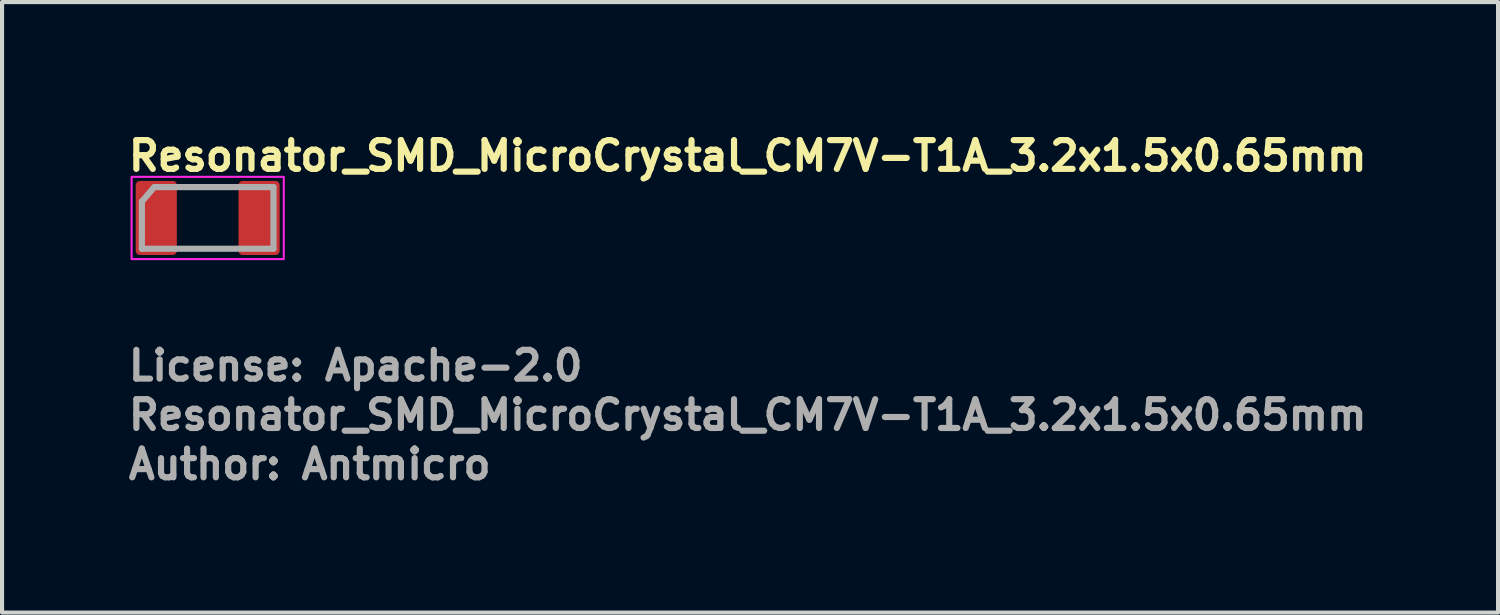
<source format=kicad_pcb>
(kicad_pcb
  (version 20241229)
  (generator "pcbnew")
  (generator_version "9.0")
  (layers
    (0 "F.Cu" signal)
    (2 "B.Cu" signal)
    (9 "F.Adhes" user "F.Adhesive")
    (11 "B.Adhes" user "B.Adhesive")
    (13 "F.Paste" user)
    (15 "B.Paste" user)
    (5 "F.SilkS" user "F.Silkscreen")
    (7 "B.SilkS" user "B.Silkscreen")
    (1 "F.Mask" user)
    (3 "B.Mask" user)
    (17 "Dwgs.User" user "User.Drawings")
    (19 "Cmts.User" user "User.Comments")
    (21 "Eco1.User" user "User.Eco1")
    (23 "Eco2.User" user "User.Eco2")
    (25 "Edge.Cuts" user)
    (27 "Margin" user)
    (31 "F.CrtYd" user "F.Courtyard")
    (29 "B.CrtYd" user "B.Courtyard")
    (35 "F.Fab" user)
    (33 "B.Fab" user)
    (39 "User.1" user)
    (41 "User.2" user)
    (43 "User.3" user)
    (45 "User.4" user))
  (footprint "Resonator_SMD_MicroCrystal_CM7V-T1A_3.2x1.5x0.65mm"
    (layer "F.Cu")
    (at 2 2.25)
    (property "Reference" "Resonator_SMD_MicroCrystal_CM7V-T1A_3.2x1.5x0.65mm" (at -2 -1.1 0) (layer "F.SilkS") (effects (font (size 0.7 0.7) (thickness 0.15)) (justify left bottom)))
    (attr smd)
    (fp_rect (start -1.85 -1) (end 1.85 1) (stroke (width 0.05) (type solid)) (fill no) (layer "F.CrtYd"))
    (fp_line (start -1.601 0.748) (end -1.6 -0.4) (stroke (width 0.15) (type solid)) (layer "F.Fab"))
    (fp_line (start -1.601 0.748) (end 1.6 0.748) (stroke (width 0.15) (type solid)) (layer "F.Fab"))
    (fp_line (start -1.3 -0.75) (end -1.6 -0.4) (stroke (width 0.15) (type solid)) (layer "F.Fab"))
    (fp_line (start 1.6 -0.75) (end -1.3 -0.75) (stroke (width 0.15) (type solid)) (layer "F.Fab"))
    (fp_line (start 1.6 0.748) (end 1.6 -0.75) (stroke (width 0.15) (type solid)) (layer "F.Fab"))
    (fp_rect (start -1.6 -0.75) (end 1.6 0.75) (stroke (width 0.1) (type solid)) (fill no) (layer "User.5"))
    (fp_line (start -1.6 -0.62) (end -1.6 0.62) (stroke (width 0.02) (type solid)) (layer "User.9"))
    (fp_line (start -1.6 -0.62) (end -1.59 -0.62) (stroke (width 0.02) (type solid)) (layer "User.9"))
    (fp_line (start -1.59 -0.62) (end -1.567 -0.622) (stroke (width 0.02) (type solid)) (layer "User.9"))
    (fp_line (start -1.574 0.621) (end -1.6 0.62) (stroke (width 0.02) (type solid)) (layer "User.9"))
    (fp_line (start -1.567 -0.622) (end -1.545 -0.628) (stroke (width 0.02) (type solid)) (layer "User.9"))
    (fp_line (start -1.548 0.627) (end -1.574 0.621) (stroke (width 0.02) (type solid)) (layer "User.9"))
    (fp_line (start -1.545 -0.628) (end -1.525 -0.638) (stroke (width 0.02) (type solid)) (layer "User.9"))
    (fp_line (start -1.525 -0.65) (end -1.525 0.65) (stroke (width 0.02) (type solid)) (layer "User.9"))
    (fp_line (start -1.525 0.638) (end -1.548 0.627) (stroke (width 0.02) (type solid)) (layer "User.9"))
    (fp_line (start -1.525 0.65) (end -1.522 0.676) (stroke (width 0.02) (type solid)) (layer "User.9"))
    (fp_line (start -1.522 -0.676) (end -1.525 -0.65) (stroke (width 0.02) (type solid)) (layer "User.9"))
    (fp_line (start -1.522 0.676) (end -1.512 0.7) (stroke (width 0.02) (type solid)) (layer "User.9"))
    (fp_line (start -1.512 -0.7) (end -1.522 -0.676) (stroke (width 0.02) (type solid)) (layer "User.9"))
    (fp_line (start -1.512 0.7) (end -1.496 0.721) (stroke (width 0.02) (type solid)) (layer "User.9"))
    (fp_line (start -1.496 -0.721) (end -1.512 -0.7) (stroke (width 0.02) (type solid)) (layer "User.9"))
    (fp_line (start -1.496 0.721) (end -1.475 0.737) (stroke (width 0.02) (type solid)) (layer "User.9"))
    (fp_line (start -1.475 -0.737) (end -1.496 -0.721) (stroke (width 0.02) (type solid)) (layer "User.9"))
    (fp_line (start -1.475 0.737) (end -1.451 0.747) (stroke (width 0.02) (type solid)) (layer "User.9"))
    (fp_line (start -1.47 -0.74) (end -1.47 -0.75) (stroke (width 0.02) (type solid)) (layer "User.9"))
    (fp_line (start -1.47 0.75) (end -1.47 0.74) (stroke (width 0.02) (type solid)) (layer "User.9"))
    (fp_line (start -1.47 0.75) (end 1.47 0.75) (stroke (width 0.02) (type solid)) (layer "User.9"))
    (fp_line (start -1.451 -0.747) (end -1.475 -0.737) (stroke (width 0.02) (type solid)) (layer "User.9"))
    (fp_line (start -1.451 0.747) (end -1.425 0.75) (stroke (width 0.02) (type solid)) (layer "User.9"))
    (fp_line (start -1.425 -0.75) (end -1.451 -0.747) (stroke (width 0.02) (type solid)) (layer "User.9"))
    (fp_line (start -1.425 0.75) (end 1.425 0.75) (stroke (width 0.02) (type solid)) (layer "User.9"))
    (fp_line (start -1.372 -0.026) (end -1.368 -0.067) (stroke (width 0.02) (type solid)) (layer "User.9"))
    (fp_line (start -1.369 0.013) (end -1.372 -0.026) (stroke (width 0.02) (type solid)) (layer "User.9"))
    (fp_line (start -1.368 -0.067) (end -1.364 -0.088) (stroke (width 0.02) (type solid)) (layer "User.9"))
    (fp_line (start -1.364 -0.088) (end -1.356 -0.107) (stroke (width 0.02) (type solid)) (layer "User.9"))
    (fp_line (start -1.36 0.05) (end -1.369 0.013) (stroke (width 0.02) (type solid)) (layer "User.9"))
    (fp_line (start -1.356 -0.107) (end -1.347 -0.126) (stroke (width 0.02) (type solid)) (layer "User.9"))
    (fp_line (start -1.347 -0.126) (end -1.336 -0.144) (stroke (width 0.02) (type solid)) (layer "User.9"))
    (fp_line (start -1.344 0.086) (end -1.36 0.05) (stroke (width 0.02) (type solid)) (layer "User.9"))
    (fp_line (start -1.336 -0.144) (end -1.323 -0.16) (stroke (width 0.02) (type solid)) (layer "User.9"))
    (fp_line (start -1.336 -0.023) (end -1.333 0.011) (stroke (width 0.02) (type solid)) (layer "User.9"))
    (fp_line (start -1.333 -0.057) (end -1.336 -0.023) (stroke (width 0.02) (type solid)) (layer "User.9"))
    (fp_line (start -1.333 0.011) (end -1.323 0.044) (stroke (width 0.02) (type solid)) (layer "User.9"))
    (fp_line (start -1.323 -0.16) (end -1.309 -0.175) (stroke (width 0.02) (type solid)) (layer "User.9"))
    (fp_line (start -1.323 -0.09) (end -1.333 -0.057) (stroke (width 0.02) (type solid)) (layer "User.9"))
    (fp_line (start -1.323 0.044) (end -1.306 0.074) (stroke (width 0.02) (type solid)) (layer "User.9"))
    (fp_line (start -1.321 0.117) (end -1.344 0.086) (stroke (width 0.02) (type solid)) (layer "User.9"))
    (fp_line (start -1.309 -0.175) (end -1.293 -0.189) (stroke (width 0.02) (type solid)) (layer "User.9"))
    (fp_line (start -1.307 -0.119) (end -1.323 -0.09) (stroke (width 0.02) (type solid)) (layer "User.9"))
    (fp_line (start -1.306 0.074) (end -1.283 0.1) (stroke (width 0.02) (type solid)) (layer "User.9"))
    (fp_line (start -1.305 0.134) (end -1.321 0.117) (stroke (width 0.02) (type solid)) (layer "User.9"))
    (fp_line (start -1.293 -0.189) (end -1.276 -0.201) (stroke (width 0.02) (type solid)) (layer "User.9"))
    (fp_line (start -1.287 0.148) (end -1.305 0.134) (stroke (width 0.02) (type solid)) (layer "User.9"))
    (fp_line (start -1.284 -0.145) (end -1.307 -0.119) (stroke (width 0.02) (type solid)) (layer "User.9"))
    (fp_line (start -1.283 0.1) (end -1.256 0.12) (stroke (width 0.02) (type solid)) (layer "User.9"))
    (fp_line (start -1.276 -0.201) (end -1.258 -0.211) (stroke (width 0.02) (type solid)) (layer "User.9"))
    (fp_line (start -1.268 0.161) (end -1.287 0.148) (stroke (width 0.02) (type solid)) (layer "User.9"))
    (fp_line (start -1.258 -0.211) (end -1.239 -0.22) (stroke (width 0.02) (type solid)) (layer "User.9"))
    (fp_line (start -1.257 -0.166) (end -1.284 -0.145) (stroke (width 0.02) (type solid)) (layer "User.9"))
    (fp_line (start -1.256 0.12) (end -1.224 0.135) (stroke (width 0.02) (type solid)) (layer "User.9"))
    (fp_line (start -1.247 0.171) (end -1.268 0.161) (stroke (width 0.02) (type solid)) (layer "User.9"))
    (fp_line (start -1.239 -0.22) (end -1.219 -0.226) (stroke (width 0.02) (type solid)) (layer "User.9"))
    (fp_line (start -1.226 -0.181) (end -1.257 -0.166) (stroke (width 0.02) (type solid)) (layer "User.9"))
    (fp_line (start -1.225 0.178) (end -1.247 0.171) (stroke (width 0.02) (type solid)) (layer "User.9"))
    (fp_line (start -1.224 0.135) (end -1.191 0.143) (stroke (width 0.02) (type solid)) (layer "User.9"))
    (fp_line (start -1.219 -0.226) (end -1.199 -0.23) (stroke (width 0.02) (type solid)) (layer "User.9"))
    (fp_line (start -1.203 0.183) (end -1.225 0.178) (stroke (width 0.02) (type solid)) (layer "User.9"))
    (fp_line (start -1.199 -0.23) (end -1.157 -0.234) (stroke (width 0.02) (type solid)) (layer "User.9"))
    (fp_line (start -1.193 -0.19) (end -1.226 -0.181) (stroke (width 0.02) (type solid)) (layer "User.9"))
    (fp_line (start -1.191 0.143) (end -1.157 0.146) (stroke (width 0.02) (type solid)) (layer "User.9"))
    (fp_line (start -1.159 -0.193) (end -1.193 -0.19) (stroke (width 0.02) (type solid)) (layer "User.9"))
    (fp_line (start -1.157 -0.234) (end -1.132 -0.232) (stroke (width 0.02) (type solid)) (layer "User.9"))
    (fp_line (start -1.157 0.146) (end -1.116 0.142) (stroke (width 0.02) (type solid)) (layer "User.9"))
    (fp_line (start -1.156 0.187) (end -1.203 0.183) (stroke (width 0.02) (type solid)) (layer "User.9"))
    (fp_line (start -1.132 -0.232) (end -1.107 -0.229) (stroke (width 0.02) (type solid)) (layer "User.9"))
    (fp_line (start -1.131 0.186) (end -1.156 0.187) (stroke (width 0.02) (type solid)) (layer "User.9"))
    (fp_line (start -1.118 -0.189) (end -1.159 -0.193) (stroke (width 0.02) (type solid)) (layer "User.9"))
    (fp_line (start -1.116 0.142) (end -1.097 0.137) (stroke (width 0.02) (type solid)) (layer "User.9"))
    (fp_line (start -1.107 -0.229) (end -1.083 -0.222) (stroke (width 0.02) (type solid)) (layer "User.9"))
    (fp_line (start -1.107 0.182) (end -1.131 0.186) (stroke (width 0.02) (type solid)) (layer "User.9"))
    (fp_line (start -1.098 -0.183) (end -1.118 -0.189) (stroke (width 0.02) (type solid)) (layer "User.9"))
    (fp_line (start -1.097 0.137) (end -1.078 0.129) (stroke (width 0.02) (type solid)) (layer "User.9"))
    (fp_line (start -1.083 -0.222) (end -1.059 -0.213) (stroke (width 0.02) (type solid)) (layer "User.9"))
    (fp_line (start -1.082 0.175) (end -1.107 0.182) (stroke (width 0.02) (type solid)) (layer "User.9"))
    (fp_line (start -1.079 -0.176) (end -1.098 -0.183) (stroke (width 0.02) (type solid)) (layer "User.9"))
    (fp_line (start -1.078 0.129) (end -1.06 0.119) (stroke (width 0.02) (type solid)) (layer "User.9"))
    (fp_line (start -1.06 -0.167) (end -1.079 -0.176) (stroke (width 0.02) (type solid)) (layer "User.9"))
    (fp_line (start -1.06 0.119) (end -1.043 0.108) (stroke (width 0.02) (type solid)) (layer "User.9"))
    (fp_line (start -1.059 -0.213) (end -1.037 -0.201) (stroke (width 0.02) (type solid)) (layer "User.9"))
    (fp_line (start -1.059 0.166) (end -1.082 0.175) (stroke (width 0.02) (type solid)) (layer "User.9"))
    (fp_line (start -1.043 -0.155) (end -1.06 -0.167) (stroke (width 0.02) (type solid)) (layer "User.9"))
    (fp_line (start -1.043 0.108) (end -1.014 0.079) (stroke (width 0.02) (type solid)) (layer "User.9"))
    (fp_line (start -1.037 -0.201) (end -1.017 -0.186) (stroke (width 0.02) (type solid)) (layer "User.9"))
    (fp_line (start -1.037 0.154) (end -1.059 0.166) (stroke (width 0.02) (type solid)) (layer "User.9"))
    (fp_line (start -1.028 -0.141) (end -1.043 -0.155) (stroke (width 0.02) (type solid)) (layer "User.9"))
    (fp_line (start -1.017 -0.186) (end -0.998 -0.169) (stroke (width 0.02) (type solid)) (layer "User.9"))
    (fp_line (start -1.017 0.139) (end -1.037 0.154) (stroke (width 0.02) (type solid)) (layer "User.9"))
    (fp_line (start -1.014 -0.126) (end -1.028 -0.141) (stroke (width 0.02) (type solid)) (layer "User.9"))
    (fp_line (start -1.014 0.079) (end -0.982 0.103) (stroke (width 0.02) (type solid)) (layer "User.9"))
    (fp_line (start -0.999 0.122) (end -1.017 0.139) (stroke (width 0.02) (type solid)) (layer "User.9"))
    (fp_line (start -0.998 -0.169) (end -0.982 -0.15) (stroke (width 0.02) (type solid)) (layer "User.9"))
    (fp_line (start -0.982 -0.15) (end -1.014 -0.126) (stroke (width 0.02) (type solid)) (layer "User.9"))
    (fp_line (start -0.982 0.103) (end -0.999 0.122) (stroke (width 0.02) (type solid)) (layer "User.9"))
    (fp_line (start -0.921 0.177) (end -0.868 -0.223) (stroke (width 0.02) (type solid)) (layer "User.9"))
    (fp_line (start -0.885 0.177) (end -0.921 0.177) (stroke (width 0.02) (type solid)) (layer "User.9"))
    (fp_line (start -0.868 -0.223) (end -0.863 -0.223) (stroke (width 0.02) (type solid)) (layer "User.9"))
    (fp_line (start -0.863 -0.223) (end -0.698 0.105) (stroke (width 0.02) (type solid)) (layer "User.9"))
    (fp_line (start -0.846 -0.112) (end -0.885 0.177) (stroke (width 0.02) (type solid)) (layer "User.9"))
    (fp_line (start -0.702 0.177) (end -0.846 -0.112) (stroke (width 0.02) (type solid)) (layer "User.9"))
    (fp_line (start -0.698 0.105) (end -0.533 -0.223) (stroke (width 0.02) (type solid)) (layer "User.9"))
    (fp_line (start -0.693 0.177) (end -0.702 0.177) (stroke (width 0.02) (type solid)) (layer "User.9"))
    (fp_line (start -0.549 -0.111) (end -0.693 0.177) (stroke (width 0.02) (type solid)) (layer "User.9"))
    (fp_line (start -0.533 -0.223) (end -0.528 -0.223) (stroke (width 0.02) (type solid)) (layer "User.9"))
    (fp_line (start -0.528 -0.223) (end -0.475 0.177) (stroke (width 0.02) (type solid)) (layer "User.9"))
    (fp_line (start -0.511 0.177) (end -0.549 -0.111) (stroke (width 0.02) (type solid)) (layer "User.9"))
    (fp_line (start -0.475 0.177) (end -0.511 0.177) (stroke (width 0.02) (type solid)) (layer "User.9"))
    (fp_line (start -0.403 -0.223) (end -0.157 -0.223) (stroke (width 0.02) (type solid)) (layer "User.9"))
    (fp_line (start -0.403 -0.182) (end -0.403 -0.223) (stroke (width 0.02) (type solid)) (layer "User.9"))
    (fp_line (start -0.398 0.17) (end -0.217 -0.182) (stroke (width 0.02) (type solid)) (layer "User.9"))
    (fp_line (start -0.367 0.187) (end -0.398 0.17) (stroke (width 0.02) (type solid)) (layer "User.9"))
    (fp_line (start -0.217 -0.182) (end -0.403 -0.182) (stroke (width 0.02) (type solid)) (layer "User.9"))
    (fp_line (start -0.157 -0.223) (end -0.367 0.187) (stroke (width 0.02) (type solid)) (layer "User.9"))
    (fp_line (start -0.116 -0.223) (end -0.077 -0.223) (stroke (width 0.02) (type solid)) (layer "User.9"))
    (fp_line (start -0.077 -0.223) (end 0.056 0.092) (stroke (width 0.02) (type solid)) (layer "User.9"))
    (fp_line (start 0.054 0.177) (end -0.116 -0.223) (stroke (width 0.02) (type solid)) (layer "User.9"))
    (fp_line (start 0.056 0.092) (end 0.189 -0.223) (stroke (width 0.02) (type solid)) (layer "User.9"))
    (fp_line (start 0.059 0.177) (end 0.054 0.177) (stroke (width 0.02) (type solid)) (layer "User.9"))
    (fp_line (start 0.189 -0.223) (end 0.228 -0.223) (stroke (width 0.02) (type solid)) (layer "User.9"))
    (fp_line (start 0.228 -0.223) (end 0.059 0.177) (stroke (width 0.02) (type solid)) (layer "User.9"))
    (fp_line (start 0.264 0.002) (end 0.418 0.002) (stroke (width 0.02) (type solid)) (layer "User.9"))
    (fp_line (start 0.264 0.043) (end 0.264 0.002) (stroke (width 0.02) (type solid)) (layer "User.9"))
    (fp_line (start 0.418 0.002) (end 0.418 0.043) (stroke (width 0.02) (type solid)) (layer "User.9"))
    (fp_line (start 0.418 0.043) (end 0.264 0.043) (stroke (width 0.02) (type solid)) (layer "User.9"))
    (fp_line (start 0.438 -0.223) (end 0.648 -0.223) (stroke (width 0.02) (type solid)) (layer "User.9"))
    (fp_line (start 0.438 -0.182) (end 0.438 -0.223) (stroke (width 0.02) (type solid)) (layer "User.9"))
    (fp_line (start 0.525 -0.182) (end 0.438 -0.182) (stroke (width 0.02) (type solid)) (layer "User.9"))
    (fp_line (start 0.525 0.177) (end 0.525 -0.182) (stroke (width 0.02) (type solid)) (layer "User.9"))
    (fp_line (start 0.561 -0.182) (end 0.561 0.177) (stroke (width 0.02) (type solid)) (layer "User.9"))
    (fp_line (start 0.561 0.177) (end 0.525 0.177) (stroke (width 0.02) (type solid)) (layer "User.9"))
    (fp_line (start 0.648 -0.223) (end 0.648 -0.182) (stroke (width 0.02) (type solid)) (layer "User.9"))
    (fp_line (start 0.648 -0.182) (end 0.561 -0.182) (stroke (width 0.02) (type solid)) (layer "User.9"))
    (fp_line (start 0.736 -0.182) (end 0.759 -0.223) (stroke (width 0.02) (type solid)) (layer "User.9"))
    (fp_line (start 0.759 -0.223) (end 0.833 -0.223) (stroke (width 0.02) (type solid)) (layer "User.9"))
    (fp_line (start 0.797 -0.182) (end 0.736 -0.182) (stroke (width 0.02) (type solid)) (layer "User.9"))
    (fp_line (start 0.797 0.177) (end 0.797 -0.182) (stroke (width 0.02) (type solid)) (layer "User.9"))
    (fp_line (start 0.833 -0.223) (end 0.833 0.177) (stroke (width 0.02) (type solid)) (layer "User.9"))
    (fp_line (start 0.833 0.177) (end 0.797 0.177) (stroke (width 0.02) (type solid)) (layer "User.9"))
    (fp_line (start 0.987 0.177) (end 1.177 -0.223) (stroke (width 0.02) (type solid)) (layer "User.9"))
    (fp_line (start 1.026 0.177) (end 0.987 0.177) (stroke (width 0.02) (type solid)) (layer "User.9"))
    (fp_line (start 1.087 0.048) (end 1.026 0.177) (stroke (width 0.02) (type solid)) (layer "User.9"))
    (fp_line (start 1.106 0.007) (end 1.249 0.007) (stroke (width 0.02) (type solid)) (layer "User.9"))
    (fp_line (start 1.177 -0.223) (end 1.182 -0.223) (stroke (width 0.02) (type solid)) (layer "User.9"))
    (fp_line (start 1.179 -0.145) (end 1.106 0.007) (stroke (width 0.02) (type solid)) (layer "User.9"))
    (fp_line (start 1.182 -0.223) (end 1.366 0.177) (stroke (width 0.02) (type solid)) (layer "User.9"))
    (fp_line (start 1.249 0.007) (end 1.179 -0.145) (stroke (width 0.02) (type solid)) (layer "User.9"))
    (fp_line (start 1.268 0.048) (end 1.087 0.048) (stroke (width 0.02) (type solid)) (layer "User.9"))
    (fp_line (start 1.327 0.177) (end 1.268 0.048) (stroke (width 0.02) (type solid)) (layer "User.9"))
    (fp_line (start 1.366 0.177) (end 1.327 0.177) (stroke (width 0.02) (type solid)) (layer "User.9"))
    (fp_line (start 1.425 -0.75) (end -1.425 -0.75) (stroke (width 0.02) (type solid)) (layer "User.9"))
    (fp_line (start 1.425 0.75) (end 1.451 0.747) (stroke (width 0.02) (type solid)) (layer "User.9"))
    (fp_line (start 1.451 -0.747) (end 1.425 -0.75) (stroke (width 0.02) (type solid)) (layer "User.9"))
    (fp_line (start 1.451 0.747) (end 1.475 0.737) (stroke (width 0.02) (type solid)) (layer "User.9"))
    (fp_line (start 1.47 -0.75) (end -1.47 -0.75) (stroke (width 0.02) (type solid)) (layer "User.9"))
    (fp_line (start 1.47 -0.75) (end 1.47 -0.74) (stroke (width 0.02) (type solid)) (layer "User.9"))
    (fp_line (start 1.47 0.74) (end 1.47 0.75) (stroke (width 0.02) (type solid)) (layer "User.9"))
    (fp_line (start 1.475 -0.737) (end 1.451 -0.747) (stroke (width 0.02) (type solid)) (layer "User.9"))
    (fp_line (start 1.475 0.737) (end 1.496 0.721) (stroke (width 0.02) (type solid)) (layer "User.9"))
    (fp_line (start 1.496 -0.721) (end 1.475 -0.737) (stroke (width 0.02) (type solid)) (layer "User.9"))
    (fp_line (start 1.496 0.721) (end 1.512 0.7) (stroke (width 0.02) (type solid)) (layer "User.9"))
    (fp_line (start 1.512 -0.7) (end 1.496 -0.721) (stroke (width 0.02) (type solid)) (layer "User.9"))
    (fp_line (start 1.512 0.7) (end 1.522 0.676) (stroke (width 0.02) (type solid)) (layer "User.9"))
    (fp_line (start 1.522 -0.676) (end 1.512 -0.7) (stroke (width 0.02) (type solid)) (layer "User.9"))
    (fp_line (start 1.522 0.676) (end 1.525 0.65) (stroke (width 0.02) (type solid)) (layer "User.9"))
    (fp_line (start 1.525 -0.65) (end 1.522 -0.676) (stroke (width 0.02) (type solid)) (layer "User.9"))
    (fp_line (start 1.525 -0.638) (end 1.545 -0.628) (stroke (width 0.02) (type solid)) (layer "User.9"))
    (fp_line (start 1.525 0.65) (end 1.525 -0.65) (stroke (width 0.02) (type solid)) (layer "User.9"))
    (fp_line (start 1.545 -0.628) (end 1.567 -0.622) (stroke (width 0.02) (type solid)) (layer "User.9"))
    (fp_line (start 1.548 0.627) (end 1.525 0.638) (stroke (width 0.02) (type solid)) (layer "User.9"))
    (fp_line (start 1.567 -0.622) (end 1.59 -0.62) (stroke (width 0.02) (type solid)) (layer "User.9"))
    (fp_line (start 1.574 0.621) (end 1.548 0.627) (stroke (width 0.02) (type solid)) (layer "User.9"))
    (fp_line (start 1.59 -0.62) (end 1.6 -0.62) (stroke (width 0.02) (type solid)) (layer "User.9"))
    (fp_line (start 1.6 0.62) (end 1.574 0.621) (stroke (width 0.02) (type solid)) (layer "User.9"))
    (fp_line (start 1.6 0.62) (end 1.6 -0.62) (stroke (width 0.02) (type solid)) (layer "User.9"))
    (fp_text user "License: Apache-2.0" (at -2 4 0) (layer "F.Fab") (effects (font (size 0.7 0.7) (thickness 0.15)) (justify left bottom)))
    (fp_text user "${REFERENCE}" (at -2 5.2 0) (layer "F.Fab") (effects (font (size 0.7 0.7) (thickness 0.15)) (justify left bottom)))
    (fp_text user "Author: Antmicro" (at -2 6.4 0) (layer "F.Fab") (effects (font (size 0.7 0.7) (thickness 0.15)) (justify left bottom)))
    (pad "1" smd roundrect (at -1.25 0) (size 1 1.8) (layers "F.Cu" "F.Mask" "F.Paste") (roundrect_rratio 0.1))
    (pad "2" smd roundrect (at 1.25 0) (size 1 1.8) (layers "F.Cu" "F.Mask" "F.Paste") (roundrect_rratio 0.1)))
  (gr_rect
    (start -3 -3)
    (end 33.377 11.845)
    (stroke (width 0.1) (type default))
    (fill no)
    (layer "Edge.Cuts")))
</source>
